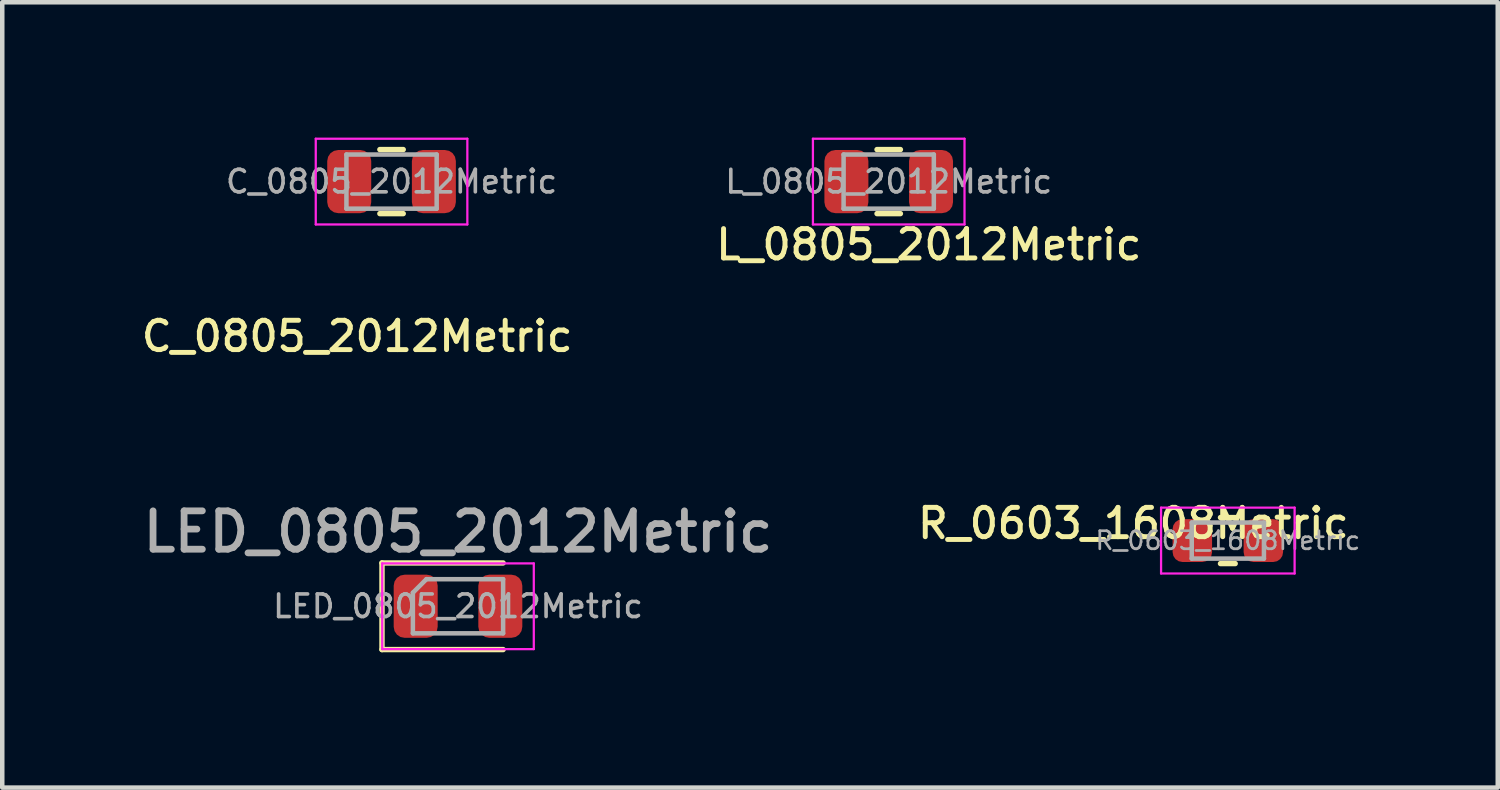
<source format=kicad_pcb>
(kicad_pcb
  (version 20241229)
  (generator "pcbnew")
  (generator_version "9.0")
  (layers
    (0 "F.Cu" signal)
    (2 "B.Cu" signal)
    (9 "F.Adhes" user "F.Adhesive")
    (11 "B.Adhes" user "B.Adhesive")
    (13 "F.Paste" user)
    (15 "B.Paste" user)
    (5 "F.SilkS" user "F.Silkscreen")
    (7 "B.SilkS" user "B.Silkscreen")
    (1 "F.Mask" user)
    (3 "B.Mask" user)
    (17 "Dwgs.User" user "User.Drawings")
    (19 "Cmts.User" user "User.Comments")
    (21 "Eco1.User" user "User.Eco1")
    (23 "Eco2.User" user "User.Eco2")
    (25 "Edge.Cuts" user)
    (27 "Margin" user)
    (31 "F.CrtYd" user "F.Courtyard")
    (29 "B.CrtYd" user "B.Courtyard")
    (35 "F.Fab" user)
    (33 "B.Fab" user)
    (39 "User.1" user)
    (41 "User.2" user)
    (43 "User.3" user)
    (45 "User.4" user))
  (footprint "C_0805_2012Metric"
    (layer "F.Cu")
    (at 5.629 0.975)
    (property "Reference" "C_0805_2012Metric" (at -0.762 3.429 180) (layer "F.SilkS") (effects (font (size 0.65 0.65) (thickness 0.11))))
    (attr smd)
    (fp_line (start -0.259 -0.71) (end 0.259 -0.71) (stroke (width 0.12) (type solid)) (layer "F.SilkS"))
    (fp_line (start -0.259 0.71) (end 0.259 0.71) (stroke (width 0.12) (type solid)) (layer "F.SilkS"))
    (fp_line (start -1.68 -0.95) (end 1.68 -0.95) (stroke (width 0.05) (type solid)) (layer "F.CrtYd"))
    (fp_line (start -1.68 0.95) (end -1.68 -0.95) (stroke (width 0.05) (type solid)) (layer "F.CrtYd"))
    (fp_line (start 1.68 -0.95) (end 1.68 0.95) (stroke (width 0.05) (type solid)) (layer "F.CrtYd"))
    (fp_line (start 1.68 0.95) (end -1.68 0.95) (stroke (width 0.05) (type solid)) (layer "F.CrtYd"))
    (fp_line (start -1 -0.6) (end 1 -0.6) (stroke (width 0.1) (type solid)) (layer "F.Fab"))
    (fp_line (start -1 0.6) (end -1 -0.6) (stroke (width 0.1) (type solid)) (layer "F.Fab"))
    (fp_line (start 1 -0.6) (end 1 0.6) (stroke (width 0.1) (type solid)) (layer "F.Fab"))
    (fp_line (start 1 0.6) (end -1 0.6) (stroke (width 0.1) (type solid)) (layer "F.Fab"))
    (fp_text user "${REFERENCE}" (at 0 0 180) (layer "F.Fab") (effects (font (size 0.5 0.5) (thickness 0.08))))
    (pad "1" smd roundrect (at -0.938 0) (size 0.975 1.4) (layers "F.Cu" "F.Mask" "F.Paste") (roundrect_rratio 0.25))
    (pad "2" smd roundrect (at 0.938 0) (size 0.975 1.4) (layers "F.Cu" "F.Mask" "F.Paste") (roundrect_rratio 0.25)))
  (footprint "L_0805_2012Metric"
    (layer "F.Cu")
    (at 16.649 0.975)
    (property "Reference" "L_0805_2012Metric" (at 0.889 1.397 180) (layer "F.SilkS") (effects (font (size 0.65 0.65) (thickness 0.11))))
    (attr smd)
    (fp_line (start -0.259 -0.71) (end 0.259 -0.71) (stroke (width 0.12) (type solid)) (layer "F.SilkS"))
    (fp_line (start -0.259 0.71) (end 0.259 0.71) (stroke (width 0.12) (type solid)) (layer "F.SilkS"))
    (fp_line (start -1.68 -0.95) (end 1.68 -0.95) (stroke (width 0.05) (type solid)) (layer "F.CrtYd"))
    (fp_line (start -1.68 0.95) (end -1.68 -0.95) (stroke (width 0.05) (type solid)) (layer "F.CrtYd"))
    (fp_line (start 1.68 -0.95) (end 1.68 0.95) (stroke (width 0.05) (type solid)) (layer "F.CrtYd"))
    (fp_line (start 1.68 0.95) (end -1.68 0.95) (stroke (width 0.05) (type solid)) (layer "F.CrtYd"))
    (fp_line (start -1 -0.6) (end 1 -0.6) (stroke (width 0.1) (type solid)) (layer "F.Fab"))
    (fp_line (start -1 0.6) (end -1 -0.6) (stroke (width 0.1) (type solid)) (layer "F.Fab"))
    (fp_line (start 1 -0.6) (end 1 0.6) (stroke (width 0.1) (type solid)) (layer "F.Fab"))
    (fp_line (start 1 0.6) (end -1 0.6) (stroke (width 0.1) (type solid)) (layer "F.Fab"))
    (fp_text user "${REFERENCE}" (at 0 0 180) (layer "F.Fab") (effects (font (size 0.5 0.5) (thickness 0.08))))
    (pad "1" smd roundrect (at -0.938 0) (size 0.975 1.4) (layers "F.Cu" "F.Mask" "F.Paste") (roundrect_rratio 0.25))
    (pad "2" smd roundrect (at 0.938 0) (size 0.975 1.4) (layers "F.Cu" "F.Mask" "F.Paste") (roundrect_rratio 0.25)))
  (footprint "LED_0805_2012Metric"
    (layer "F.Cu")
    (at 7.102 10.388)
    (property "Reference" "LED_0805_2012Metric" (at 0 -1.65 180) (layer "F.Fab") (effects (font (size 0.85 0.85) (thickness 0.15))))
    (attr smd)
    (fp_line (start -1.685 -0.96) (end -1.685 0.96) (stroke (width 0.12) (type solid)) (layer "F.SilkS"))
    (fp_line (start -1.685 0.96) (end 1 0.96) (stroke (width 0.12) (type solid)) (layer "F.SilkS"))
    (fp_line (start 1 -0.96) (end -1.685 -0.96) (stroke (width 0.12) (type solid)) (layer "F.SilkS"))
    (fp_line (start -1.68 -0.95) (end 1.68 -0.95) (stroke (width 0.05) (type solid)) (layer "F.CrtYd"))
    (fp_line (start -1.68 0.95) (end -1.68 -0.95) (stroke (width 0.05) (type solid)) (layer "F.CrtYd"))
    (fp_line (start 1.68 -0.95) (end 1.68 0.95) (stroke (width 0.05) (type solid)) (layer "F.CrtYd"))
    (fp_line (start 1.68 0.95) (end -1.68 0.95) (stroke (width 0.05) (type solid)) (layer "F.CrtYd"))
    (fp_line (start -1 -0.3) (end -1 0.6) (stroke (width 0.1) (type solid)) (layer "F.Fab"))
    (fp_line (start -1 0.6) (end 1 0.6) (stroke (width 0.1) (type solid)) (layer "F.Fab"))
    (fp_line (start -0.7 -0.6) (end -1 -0.3) (stroke (width 0.1) (type solid)) (layer "F.Fab"))
    (fp_line (start 1 -0.6) (end -0.7 -0.6) (stroke (width 0.1) (type solid)) (layer "F.Fab"))
    (fp_line (start 1 0.6) (end 1 -0.6) (stroke (width 0.1) (type solid)) (layer "F.Fab"))
    (fp_text user "${REFERENCE}" (at 0 0 180) (layer "F.Fab") (effects (font (size 0.5 0.5) (thickness 0.08))))
    (pad "1" smd roundrect (at -0.938 0) (size 0.975 1.4) (layers "F.Cu" "F.Mask" "F.Paste") (roundrect_rratio 0.25))
    (pad "2" smd roundrect (at 0.938 0) (size 0.975 1.4) (layers "F.Cu" "F.Mask" "F.Paste") (roundrect_rratio 0.25)))
  (footprint "R_0603_1608Metric"
    (layer "F.Cu")
    (at 24.166 8.932)
    (property "Reference" "R_0603_1608Metric" (at -2.095 -0.381 180) (layer "F.SilkS") (effects (font (size 0.65 0.65) (thickness 0.11))))
    (attr smd)
    (fp_line (start -0.163 -0.51) (end 0.163 -0.51) (stroke (width 0.12) (type solid)) (layer "F.SilkS"))
    (fp_line (start -0.163 0.51) (end 0.163 0.51) (stroke (width 0.12) (type solid)) (layer "F.SilkS"))
    (fp_line (start -1.48 -0.73) (end 1.48 -0.73) (stroke (width 0.05) (type solid)) (layer "F.CrtYd"))
    (fp_line (start -1.48 0.73) (end -1.48 -0.73) (stroke (width 0.05) (type solid)) (layer "F.CrtYd"))
    (fp_line (start 1.48 -0.73) (end 1.48 0.73) (stroke (width 0.05) (type solid)) (layer "F.CrtYd"))
    (fp_line (start 1.48 0.73) (end -1.48 0.73) (stroke (width 0.05) (type solid)) (layer "F.CrtYd"))
    (fp_line (start -0.8 -0.4) (end 0.8 -0.4) (stroke (width 0.1) (type solid)) (layer "F.Fab"))
    (fp_line (start -0.8 0.4) (end -0.8 -0.4) (stroke (width 0.1) (type solid)) (layer "F.Fab"))
    (fp_line (start 0.8 -0.4) (end 0.8 0.4) (stroke (width 0.1) (type solid)) (layer "F.Fab"))
    (fp_line (start 0.8 0.4) (end -0.8 0.4) (stroke (width 0.1) (type solid)) (layer "F.Fab"))
    (fp_text user "${REFERENCE}" (at 0 0 180) (layer "F.Fab") (effects (font (size 0.4 0.4) (thickness 0.06))))
    (pad "1" smd roundrect (at -0.787 0) (size 0.875 0.95) (layers "F.Cu" "F.Mask" "F.Paste") (roundrect_rratio 0.25))
    (pad "2" smd roundrect (at 0.787 0) (size 0.875 0.95) (layers "F.Cu" "F.Mask" "F.Paste") (roundrect_rratio 0.25)))
  (gr_rect
    (start -3 -3)
    (end 30.149 14.408)
    (stroke (width 0.1) (type default))
    (fill no)
    (layer "Edge.Cuts")))
</source>
